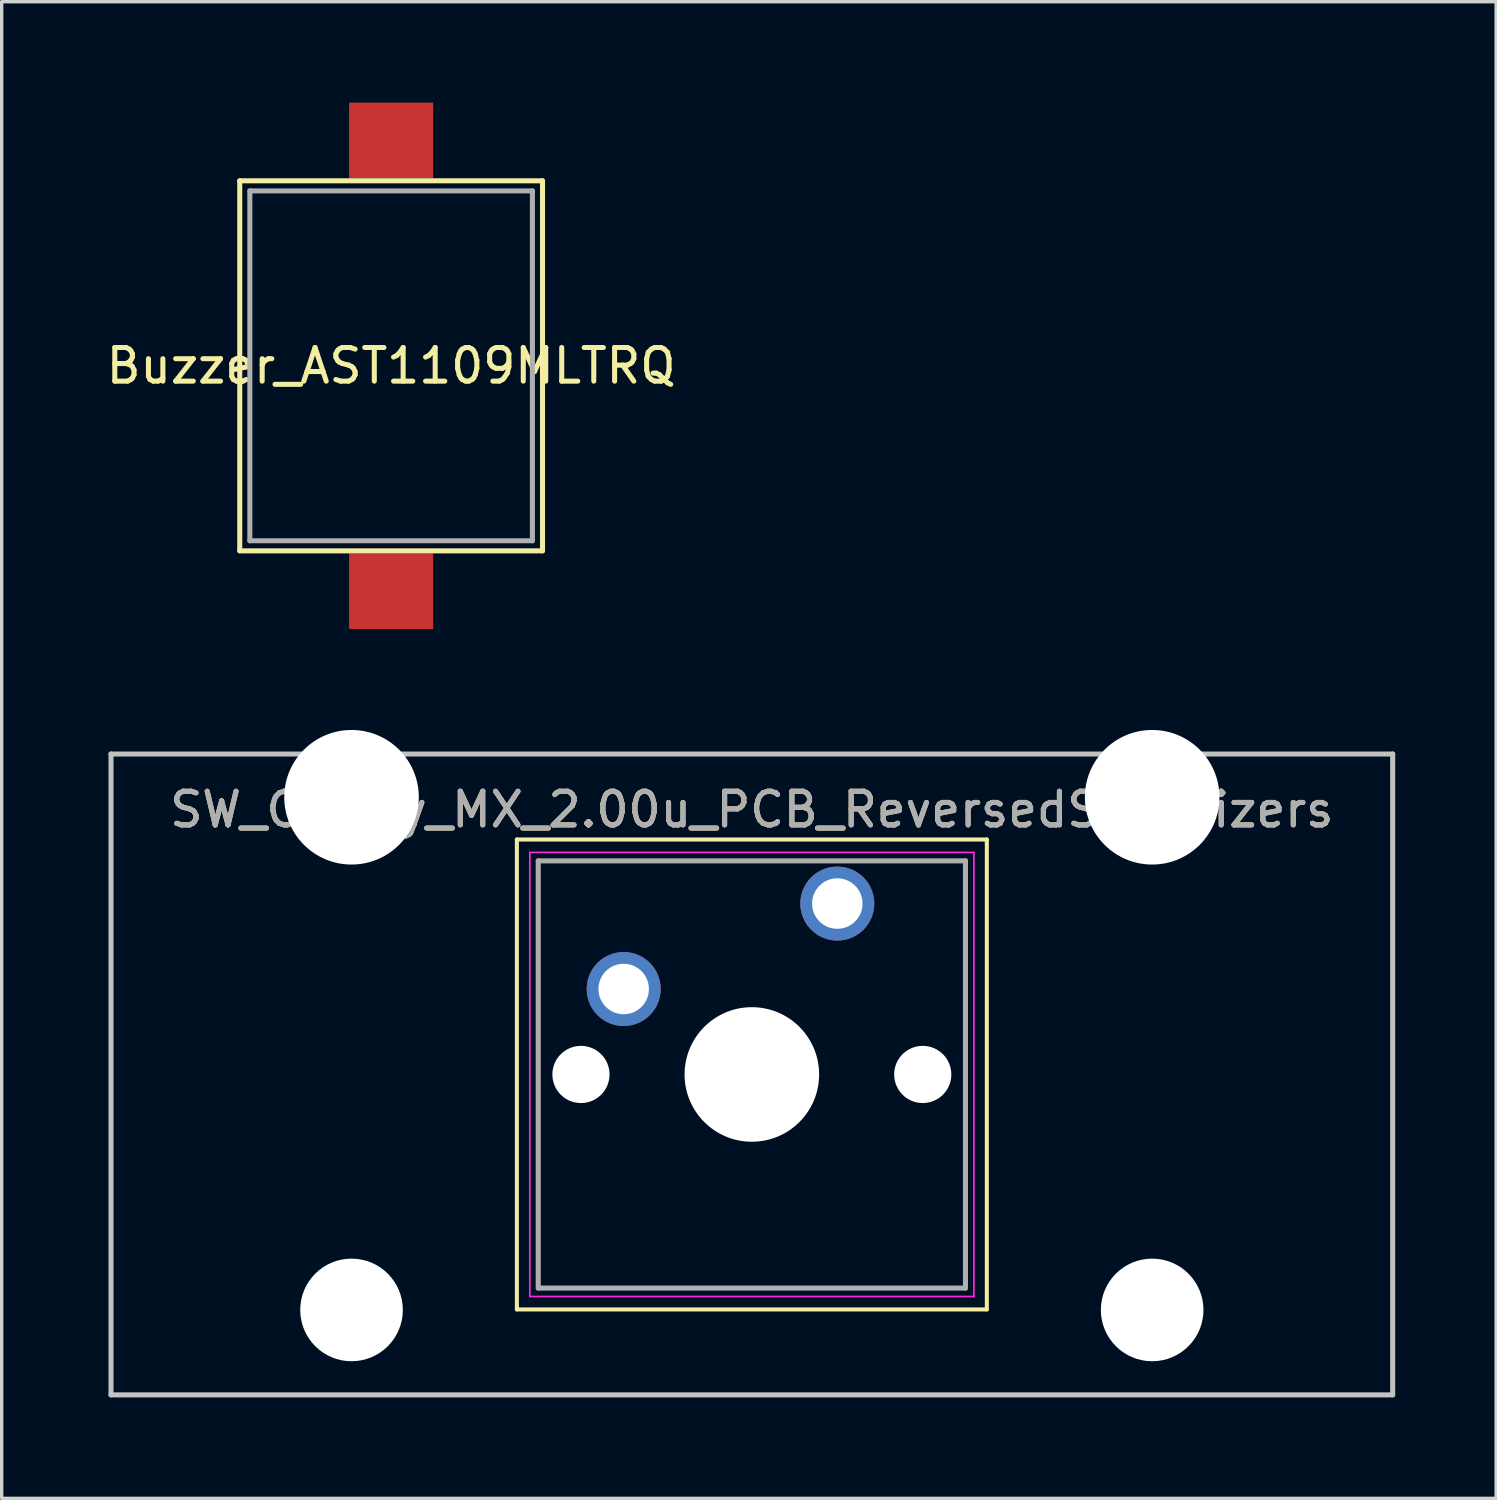
<source format=kicad_pcb>
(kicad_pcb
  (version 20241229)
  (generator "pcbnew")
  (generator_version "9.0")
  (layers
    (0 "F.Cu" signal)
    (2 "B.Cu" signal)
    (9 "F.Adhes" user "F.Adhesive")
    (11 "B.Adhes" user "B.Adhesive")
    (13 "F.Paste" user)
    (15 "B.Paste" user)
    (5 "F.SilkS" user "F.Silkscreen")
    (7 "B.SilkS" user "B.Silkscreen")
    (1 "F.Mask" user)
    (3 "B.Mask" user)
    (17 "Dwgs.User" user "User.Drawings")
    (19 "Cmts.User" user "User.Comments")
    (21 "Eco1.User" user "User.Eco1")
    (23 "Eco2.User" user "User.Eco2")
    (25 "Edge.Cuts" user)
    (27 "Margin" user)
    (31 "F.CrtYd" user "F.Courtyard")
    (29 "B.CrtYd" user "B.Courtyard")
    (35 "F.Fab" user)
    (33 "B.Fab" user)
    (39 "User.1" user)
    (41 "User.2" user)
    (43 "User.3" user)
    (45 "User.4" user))
  (footprint "Buzzer_AST1109MLTRQ"
    (layer "F.Cu")
    (at 8.577 7.825)
    (property "Reference" "Buzzer_AST1109MLTRQ" (at 0 0 0) (layer "F.SilkS") (effects (font (size 1 1) (thickness 0.15))))
    (attr through_hole)
    (fp_line (start -4.5 -5.5) (end 4.5 -5.5) (stroke (width 0.15) (type solid)) (layer "F.SilkS"))
    (fp_line (start -4.5 5.5) (end -4.5 -5.5) (stroke (width 0.15) (type solid)) (layer "F.SilkS"))
    (fp_line (start 4.5 -5.5) (end 4.5 5.5) (stroke (width 0.15) (type solid)) (layer "F.SilkS"))
    (fp_line (start 4.5 5.5) (end -4.5 5.5) (stroke (width 0.15) (type solid)) (layer "F.SilkS"))
    (fp_line (start -4.2 -5.2) (end 4.2 -5.2) (stroke (width 0.15) (type solid)) (layer "F.Fab"))
    (fp_line (start -4.2 5.2) (end -4.2 -5.2) (stroke (width 0.15) (type solid)) (layer "F.Fab"))
    (fp_line (start 4.2 -5.2) (end 4.2 5.2) (stroke (width 0.15) (type solid)) (layer "F.Fab"))
    (fp_line (start 4.2 5.2) (end -4.2 5.2) (stroke (width 0.15) (type solid)) (layer "F.Fab"))
    (pad "1" smd rect (at 0 -6.7) (size 2.5 2.25) (layers "F.Cu" "F.Mask" "F.Paste"))
    (pad "2" smd rect (at 0 6.7) (size 2.5 2.25) (layers "F.Cu" "F.Mask" "F.Paste")))
  (footprint "SW_Cherry_MX_2.00u_PCB_ReversedStabilizers"
    (layer "F.Cu")
    (at 0.25 19.365)
    (property "Reference" "SW_Cherry_MX_2.00u_PCB_ReversedStabilizers" (at 19.05 1.651 0) (layer "F.SilkS") (effects (font (size 1 1) (thickness 0.15))))
    (attr through_hole)
    (fp_line (start 12.065 2.54) (end 26.035 2.54) (stroke (width 0.12) (type solid)) (layer "F.SilkS"))
    (fp_line (start 12.065 16.51) (end 12.065 2.54) (stroke (width 0.12) (type solid)) (layer "F.SilkS"))
    (fp_line (start 26.035 2.54) (end 26.035 16.51) (stroke (width 0.12) (type solid)) (layer "F.SilkS"))
    (fp_line (start 26.035 16.51) (end 12.065 16.51) (stroke (width 0.12) (type solid)) (layer "F.SilkS"))
    (fp_line (start 0 0) (end 38.1 0) (stroke (width 0.15) (type solid)) (layer "Dwgs.User"))
    (fp_line (start 0 19.05) (end 0 0) (stroke (width 0.15) (type solid)) (layer "Dwgs.User"))
    (fp_line (start 38.1 0) (end 38.1 19.05) (stroke (width 0.15) (type solid)) (layer "Dwgs.User"))
    (fp_line (start 38.1 19.05) (end 0 19.05) (stroke (width 0.15) (type solid)) (layer "Dwgs.User"))
    (fp_line (start 12.45 2.925) (end 25.65 2.925) (stroke (width 0.05) (type solid)) (layer "F.CrtYd"))
    (fp_line (start 12.45 16.125) (end 12.45 2.925) (stroke (width 0.05) (type solid)) (layer "F.CrtYd"))
    (fp_line (start 25.65 2.925) (end 25.65 16.125) (stroke (width 0.05) (type solid)) (layer "F.CrtYd"))
    (fp_line (start 25.65 16.125) (end 12.45 16.125) (stroke (width 0.05) (type solid)) (layer "F.CrtYd"))
    (fp_line (start 12.7 3.175) (end 25.4 3.175) (stroke (width 0.15) (type solid)) (layer "F.Fab"))
    (fp_line (start 12.7 15.875) (end 12.7 3.175) (stroke (width 0.15) (type solid)) (layer "F.Fab"))
    (fp_line (start 25.4 3.175) (end 25.4 15.875) (stroke (width 0.15) (type solid)) (layer "F.Fab"))
    (fp_line (start 25.4 15.875) (end 12.7 15.875) (stroke (width 0.15) (type solid)) (layer "F.Fab"))
    (fp_text user "${REFERENCE}" (at 19.05 1.651 0) (layer "F.Fab") (effects (font (size 1 1) (thickness 0.15))))
    (pad "" np_thru_hole circle (at 7.15 1.285) (size 4 4) (drill 4) (layers "*.Cu" "*.Mask"))
    (pad "" np_thru_hole circle (at 7.15 16.525) (size 3.05 3.05) (drill 3.05) (layers "*.Cu" "*.Mask"))
    (pad "" np_thru_hole circle (at 13.97 9.525) (size 1.7 1.7) (drill 1.7) (layers "*.Cu" "*.Mask"))
    (pad "" np_thru_hole circle (at 19.05 9.525) (size 4 4) (drill 4) (layers "*.Cu" "*.Mask"))
    (pad "" np_thru_hole circle (at 24.13 9.525) (size 1.7 1.7) (drill 1.7) (layers "*.Cu" "*.Mask"))
    (pad "" np_thru_hole circle (at 30.95 1.285) (size 4 4) (drill 4) (layers "*.Cu" "*.Mask"))
    (pad "" np_thru_hole circle (at 30.95 16.525) (size 3.05 3.05) (drill 3.05) (layers "*.Cu" "*.Mask"))
    (pad "1" thru_hole circle (at 21.59 4.445) (size 2.2 2.2) (drill 1.5) (layers "*.Cu" "*.Mask"))
    (pad "2" thru_hole circle (at 15.24 6.985) (size 2.2 2.2) (drill 1.5) (layers "*.Cu" "*.Mask")))
  (gr_rect
    (start -3 -3)
    (end 41.425 41.49)
    (stroke (width 0.1) (type default))
    (fill no)
    (layer "Edge.Cuts")))
</source>
